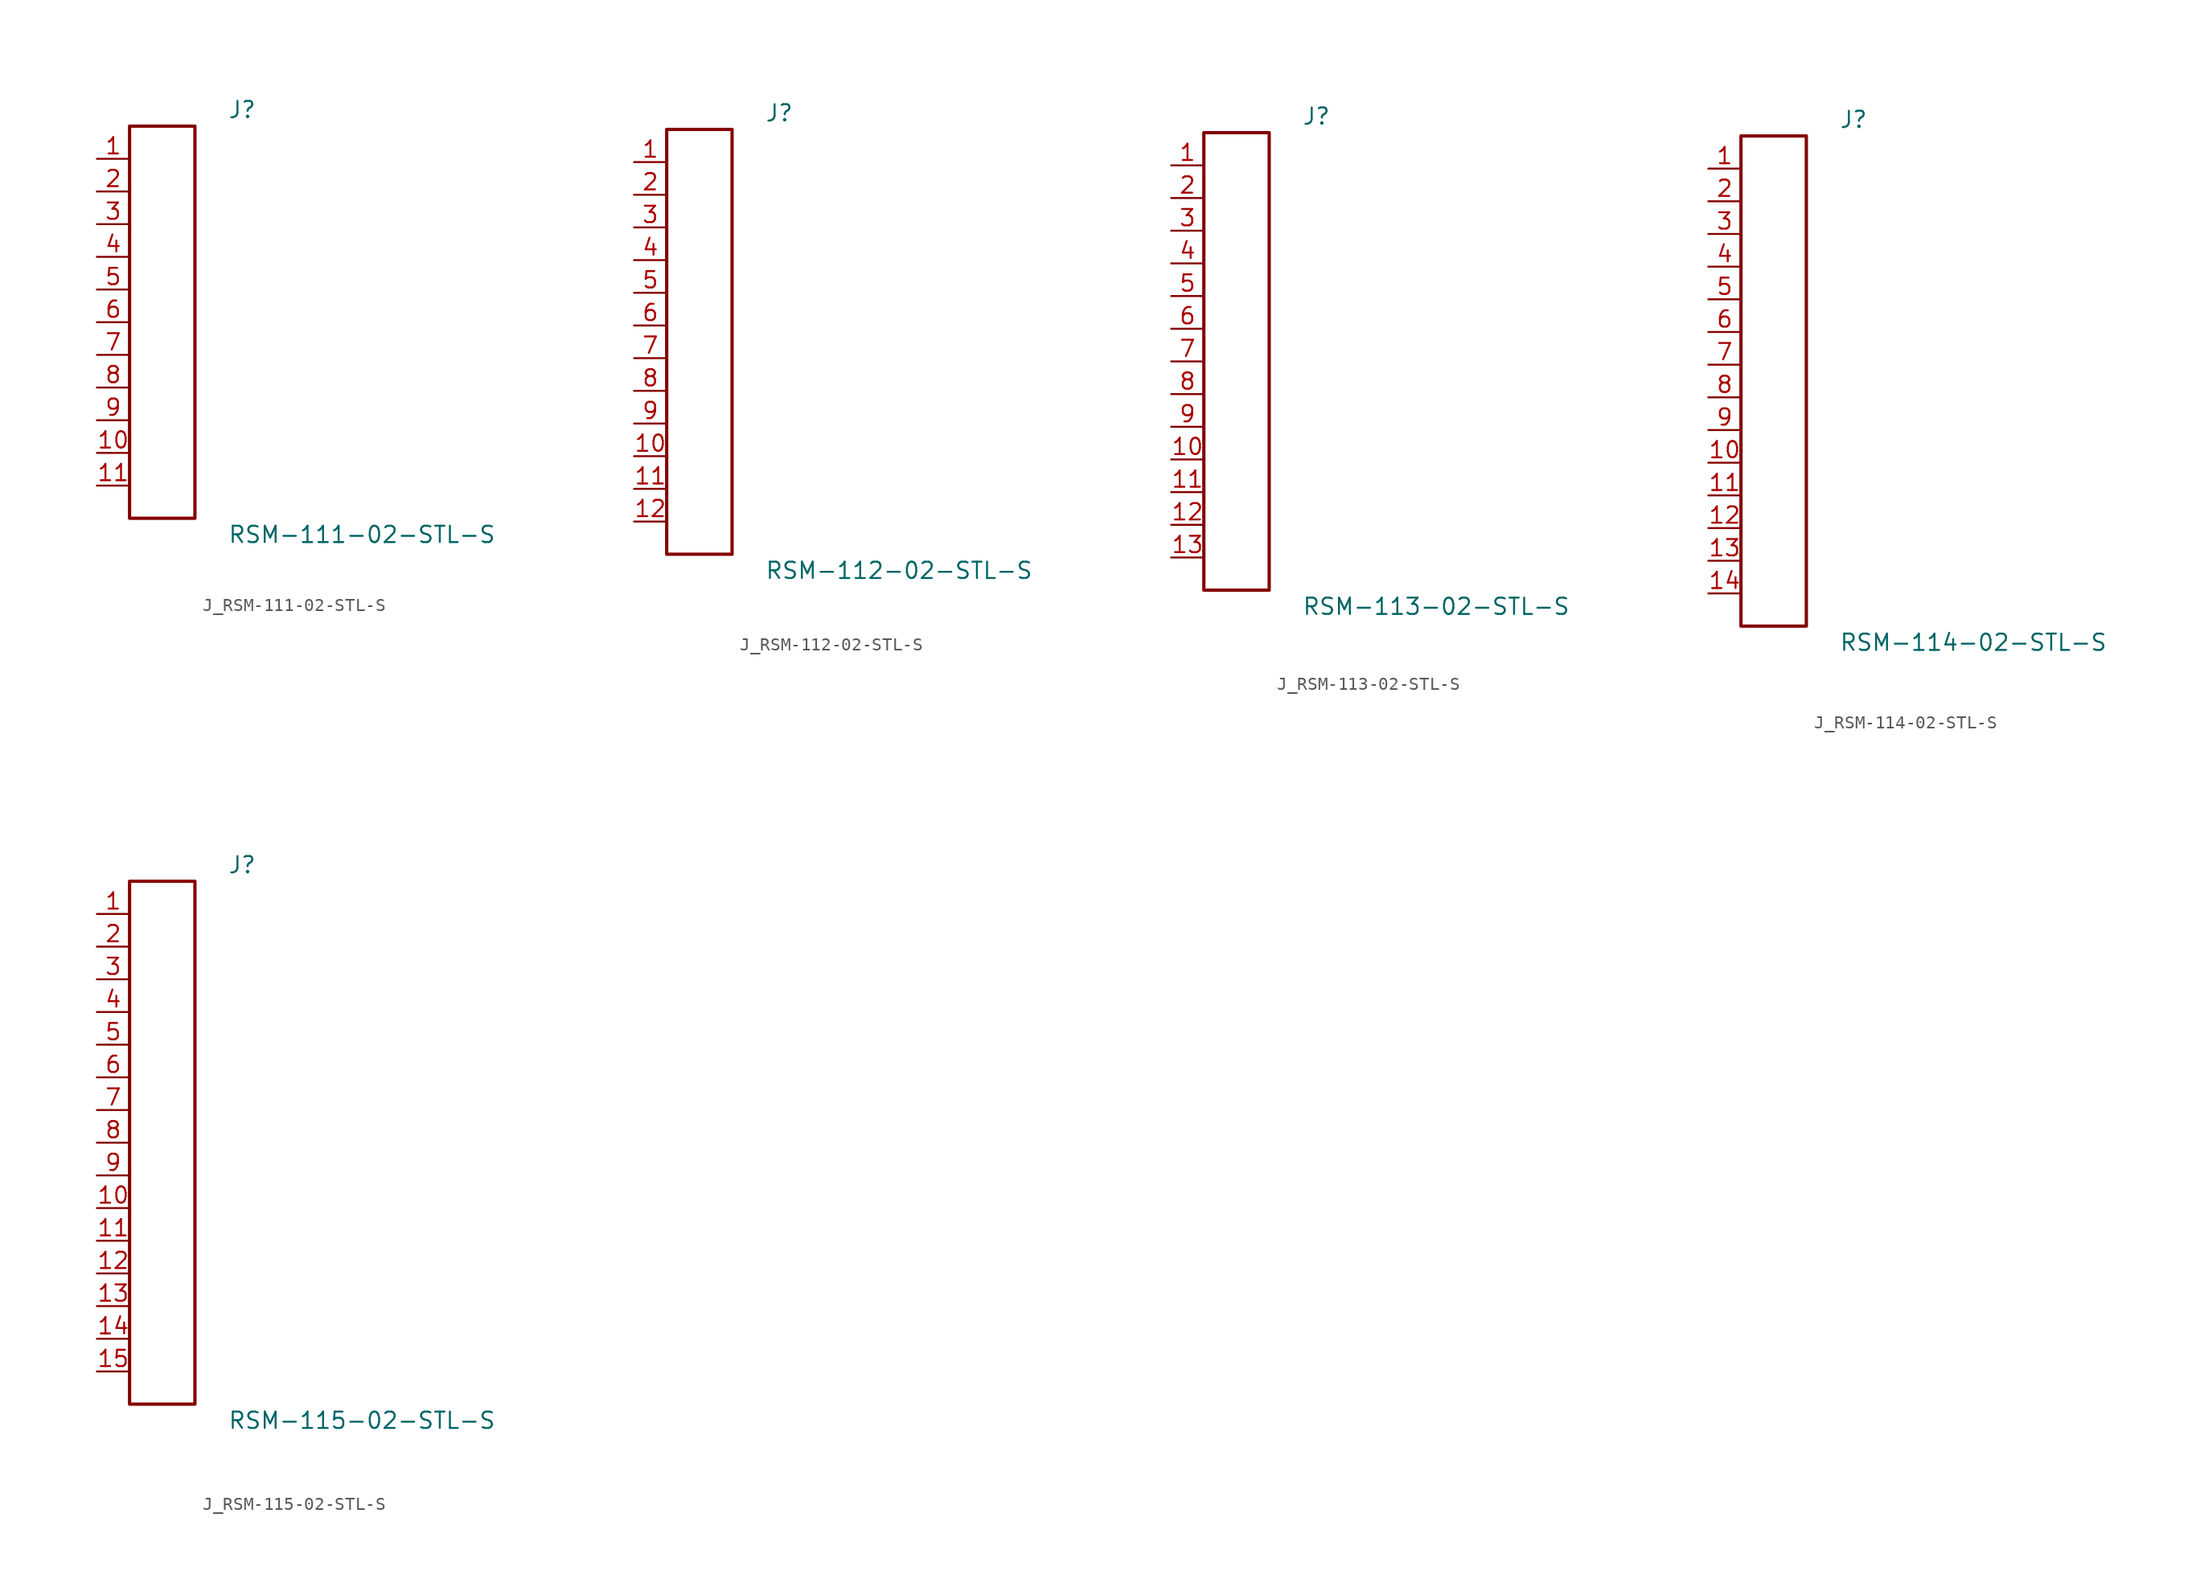
<source format=kicad_sym>
(kicad_symbol_lib
  (version 20231120)
  (generator kicad_symbol_editor)
  (generator_version 8.0)
  (symbol "J_RSM-111-02-STL-S"
    (pin_names
      (offset 0.254))
    (property "Reference" "J"
      (at 5.08 16.51 0)
      (effects (font (size 1.27 1.27)) (justify left)))
    (property "Value" "RSM-111-02-STL-S"
      (at 5.08 -16.51 0)
      (effects (font (size 1.27 1.27)) (justify left)))
    (symbol "J_RSM-111-02-STL-S_0_0"
      (pin passive line (at -5.08 12.7 0) (length 2.54) (name "" (effects (font (size 1.27 1.27)))) (number "1" (effects (font (size 1.27 1.27)))))
      (pin passive line (at -5.08 10.16 0) (length 2.54) (name "" (effects (font (size 1.27 1.27)))) (number "2" (effects (font (size 1.27 1.27)))))
      (pin passive line (at -5.08 7.62 0) (length 2.54) (name "" (effects (font (size 1.27 1.27)))) (number "3" (effects (font (size 1.27 1.27)))))
      (pin passive line (at -5.08 5.08 0) (length 2.54) (name "" (effects (font (size 1.27 1.27)))) (number "4" (effects (font (size 1.27 1.27)))))
      (pin passive line (at -5.08 2.54 0) (length 2.54) (name "" (effects (font (size 1.27 1.27)))) (number "5" (effects (font (size 1.27 1.27)))))
      (pin passive line (at -5.08 0.0 0) (length 2.54) (name "" (effects (font (size 1.27 1.27)))) (number "6" (effects (font (size 1.27 1.27)))))
      (pin passive line (at -5.08 -2.54 0) (length 2.54) (name "" (effects (font (size 1.27 1.27)))) (number "7" (effects (font (size 1.27 1.27)))))
      (pin passive line (at -5.08 -5.08 0) (length 2.54) (name "" (effects (font (size 1.27 1.27)))) (number "8" (effects (font (size 1.27 1.27)))))
      (pin passive line (at -5.08 -7.62 0) (length 2.54) (name "" (effects (font (size 1.27 1.27)))) (number "9" (effects (font (size 1.27 1.27)))))
      (pin passive line (at -5.08 -10.16 0) (length 2.54) (name "" (effects (font (size 1.27 1.27)))) (number "10" (effects (font (size 1.27 1.27)))))
      (pin passive line (at -5.08 -12.7 0) (length 2.54) (name "" (effects (font (size 1.27 1.27)))) (number "11" (effects (font (size 1.27 1.27))))))
    (symbol "J_RSM-111-02-STL-S_1_0"
      (rectangle (start -2.54 15.24) (end 2.54 -15.24) (stroke (width 0.254) (type solid)) (fill (type none)))))
  (symbol "J_RSM-112-02-STL-S"
    (pin_names
      (offset 0.254))
    (property "Reference" "J"
      (at 5.08 17.78 0)
      (effects (font (size 1.27 1.27)) (justify left)))
    (property "Value" "RSM-112-02-STL-S"
      (at 5.08 -17.78 0)
      (effects (font (size 1.27 1.27)) (justify left)))
    (symbol "J_RSM-112-02-STL-S_0_0"
      (pin passive line (at -5.08 13.97 0) (length 2.54) (name "" (effects (font (size 1.27 1.27)))) (number "1" (effects (font (size 1.27 1.27)))))
      (pin passive line (at -5.08 11.43 0) (length 2.54) (name "" (effects (font (size 1.27 1.27)))) (number "2" (effects (font (size 1.27 1.27)))))
      (pin passive line (at -5.08 8.89 0) (length 2.54) (name "" (effects (font (size 1.27 1.27)))) (number "3" (effects (font (size 1.27 1.27)))))
      (pin passive line (at -5.08 6.35 0) (length 2.54) (name "" (effects (font (size 1.27 1.27)))) (number "4" (effects (font (size 1.27 1.27)))))
      (pin passive line (at -5.08 3.81 0) (length 2.54) (name "" (effects (font (size 1.27 1.27)))) (number "5" (effects (font (size 1.27 1.27)))))
      (pin passive line (at -5.08 1.27 0) (length 2.54) (name "" (effects (font (size 1.27 1.27)))) (number "6" (effects (font (size 1.27 1.27)))))
      (pin passive line (at -5.08 -1.27 0) (length 2.54) (name "" (effects (font (size 1.27 1.27)))) (number "7" (effects (font (size 1.27 1.27)))))
      (pin passive line (at -5.08 -3.81 0) (length 2.54) (name "" (effects (font (size 1.27 1.27)))) (number "8" (effects (font (size 1.27 1.27)))))
      (pin passive line (at -5.08 -6.35 0) (length 2.54) (name "" (effects (font (size 1.27 1.27)))) (number "9" (effects (font (size 1.27 1.27)))))
      (pin passive line (at -5.08 -8.89 0) (length 2.54) (name "" (effects (font (size 1.27 1.27)))) (number "10" (effects (font (size 1.27 1.27)))))
      (pin passive line (at -5.08 -11.43 0) (length 2.54) (name "" (effects (font (size 1.27 1.27)))) (number "11" (effects (font (size 1.27 1.27)))))
      (pin passive line (at -5.08 -13.97 0) (length 2.54) (name "" (effects (font (size 1.27 1.27)))) (number "12" (effects (font (size 1.27 1.27))))))
    (symbol "J_RSM-112-02-STL-S_1_0"
      (rectangle (start -2.54 16.51) (end 2.54 -16.51) (stroke (width 0.254) (type solid)) (fill (type none)))))
  (symbol "J_RSM-113-02-STL-S"
    (pin_names
      (offset 0.254))
    (property "Reference" "J"
      (at 5.08 19.05 0)
      (effects (font (size 1.27 1.27)) (justify left)))
    (property "Value" "RSM-113-02-STL-S"
      (at 5.08 -19.05 0)
      (effects (font (size 1.27 1.27)) (justify left)))
    (symbol "J_RSM-113-02-STL-S_0_0"
      (pin passive line (at -5.08 15.24 0) (length 2.54) (name "" (effects (font (size 1.27 1.27)))) (number "1" (effects (font (size 1.27 1.27)))))
      (pin passive line (at -5.08 12.7 0) (length 2.54) (name "" (effects (font (size 1.27 1.27)))) (number "2" (effects (font (size 1.27 1.27)))))
      (pin passive line (at -5.08 10.16 0) (length 2.54) (name "" (effects (font (size 1.27 1.27)))) (number "3" (effects (font (size 1.27 1.27)))))
      (pin passive line (at -5.08 7.62 0) (length 2.54) (name "" (effects (font (size 1.27 1.27)))) (number "4" (effects (font (size 1.27 1.27)))))
      (pin passive line (at -5.08 5.08 0) (length 2.54) (name "" (effects (font (size 1.27 1.27)))) (number "5" (effects (font (size 1.27 1.27)))))
      (pin passive line (at -5.08 2.54 0) (length 2.54) (name "" (effects (font (size 1.27 1.27)))) (number "6" (effects (font (size 1.27 1.27)))))
      (pin passive line (at -5.08 0.0 0) (length 2.54) (name "" (effects (font (size 1.27 1.27)))) (number "7" (effects (font (size 1.27 1.27)))))
      (pin passive line (at -5.08 -2.54 0) (length 2.54) (name "" (effects (font (size 1.27 1.27)))) (number "8" (effects (font (size 1.27 1.27)))))
      (pin passive line (at -5.08 -5.08 0) (length 2.54) (name "" (effects (font (size 1.27 1.27)))) (number "9" (effects (font (size 1.27 1.27)))))
      (pin passive line (at -5.08 -7.62 0) (length 2.54) (name "" (effects (font (size 1.27 1.27)))) (number "10" (effects (font (size 1.27 1.27)))))
      (pin passive line (at -5.08 -10.16 0) (length 2.54) (name "" (effects (font (size 1.27 1.27)))) (number "11" (effects (font (size 1.27 1.27)))))
      (pin passive line (at -5.08 -12.7 0) (length 2.54) (name "" (effects (font (size 1.27 1.27)))) (number "12" (effects (font (size 1.27 1.27)))))
      (pin passive line (at -5.08 -15.24 0) (length 2.54) (name "" (effects (font (size 1.27 1.27)))) (number "13" (effects (font (size 1.27 1.27))))))
    (symbol "J_RSM-113-02-STL-S_1_0"
      (rectangle (start -2.54 17.78) (end 2.54 -17.78) (stroke (width 0.254) (type solid)) (fill (type none)))))
  (symbol "J_RSM-114-02-STL-S"
    (pin_names
      (offset 0.254))
    (property "Reference" "J"
      (at 5.08 20.32 0)
      (effects (font (size 1.27 1.27)) (justify left)))
    (property "Value" "RSM-114-02-STL-S"
      (at 5.08 -20.32 0)
      (effects (font (size 1.27 1.27)) (justify left)))
    (symbol "J_RSM-114-02-STL-S_0_0"
      (pin passive line (at -5.08 16.51 0) (length 2.54) (name "" (effects (font (size 1.27 1.27)))) (number "1" (effects (font (size 1.27 1.27)))))
      (pin passive line (at -5.08 13.97 0) (length 2.54) (name "" (effects (font (size 1.27 1.27)))) (number "2" (effects (font (size 1.27 1.27)))))
      (pin passive line (at -5.08 11.43 0) (length 2.54) (name "" (effects (font (size 1.27 1.27)))) (number "3" (effects (font (size 1.27 1.27)))))
      (pin passive line (at -5.08 8.89 0) (length 2.54) (name "" (effects (font (size 1.27 1.27)))) (number "4" (effects (font (size 1.27 1.27)))))
      (pin passive line (at -5.08 6.35 0) (length 2.54) (name "" (effects (font (size 1.27 1.27)))) (number "5" (effects (font (size 1.27 1.27)))))
      (pin passive line (at -5.08 3.81 0) (length 2.54) (name "" (effects (font (size 1.27 1.27)))) (number "6" (effects (font (size 1.27 1.27)))))
      (pin passive line (at -5.08 1.27 0) (length 2.54) (name "" (effects (font (size 1.27 1.27)))) (number "7" (effects (font (size 1.27 1.27)))))
      (pin passive line (at -5.08 -1.27 0) (length 2.54) (name "" (effects (font (size 1.27 1.27)))) (number "8" (effects (font (size 1.27 1.27)))))
      (pin passive line (at -5.08 -3.81 0) (length 2.54) (name "" (effects (font (size 1.27 1.27)))) (number "9" (effects (font (size 1.27 1.27)))))
      (pin passive line (at -5.08 -6.35 0) (length 2.54) (name "" (effects (font (size 1.27 1.27)))) (number "10" (effects (font (size 1.27 1.27)))))
      (pin passive line (at -5.08 -8.89 0) (length 2.54) (name "" (effects (font (size 1.27 1.27)))) (number "11" (effects (font (size 1.27 1.27)))))
      (pin passive line (at -5.08 -11.43 0) (length 2.54) (name "" (effects (font (size 1.27 1.27)))) (number "12" (effects (font (size 1.27 1.27)))))
      (pin passive line (at -5.08 -13.97 0) (length 2.54) (name "" (effects (font (size 1.27 1.27)))) (number "13" (effects (font (size 1.27 1.27)))))
      (pin passive line (at -5.08 -16.51 0) (length 2.54) (name "" (effects (font (size 1.27 1.27)))) (number "14" (effects (font (size 1.27 1.27))))))
    (symbol "J_RSM-114-02-STL-S_1_0"
      (rectangle (start -2.54 19.05) (end 2.54 -19.05) (stroke (width 0.254) (type solid)) (fill (type none)))))
  (symbol "J_RSM-115-02-STL-S"
    (pin_names
      (offset 0.254))
    (property "Reference" "J"
      (at 5.08 21.59 0)
      (effects (font (size 1.27 1.27)) (justify left)))
    (property "Value" "RSM-115-02-STL-S"
      (at 5.08 -21.59 0)
      (effects (font (size 1.27 1.27)) (justify left)))
    (symbol "J_RSM-115-02-STL-S_0_0"
      (pin passive line (at -5.08 17.78 0) (length 2.54) (name "" (effects (font (size 1.27 1.27)))) (number "1" (effects (font (size 1.27 1.27)))))
      (pin passive line (at -5.08 15.24 0) (length 2.54) (name "" (effects (font (size 1.27 1.27)))) (number "2" (effects (font (size 1.27 1.27)))))
      (pin passive line (at -5.08 12.7 0) (length 2.54) (name "" (effects (font (size 1.27 1.27)))) (number "3" (effects (font (size 1.27 1.27)))))
      (pin passive line (at -5.08 10.16 0) (length 2.54) (name "" (effects (font (size 1.27 1.27)))) (number "4" (effects (font (size 1.27 1.27)))))
      (pin passive line (at -5.08 7.62 0) (length 2.54) (name "" (effects (font (size 1.27 1.27)))) (number "5" (effects (font (size 1.27 1.27)))))
      (pin passive line (at -5.08 5.08 0) (length 2.54) (name "" (effects (font (size 1.27 1.27)))) (number "6" (effects (font (size 1.27 1.27)))))
      (pin passive line (at -5.08 2.54 0) (length 2.54) (name "" (effects (font (size 1.27 1.27)))) (number "7" (effects (font (size 1.27 1.27)))))
      (pin passive line (at -5.08 0.0 0) (length 2.54) (name "" (effects (font (size 1.27 1.27)))) (number "8" (effects (font (size 1.27 1.27)))))
      (pin passive line (at -5.08 -2.54 0) (length 2.54) (name "" (effects (font (size 1.27 1.27)))) (number "9" (effects (font (size 1.27 1.27)))))
      (pin passive line (at -5.08 -5.08 0) (length 2.54) (name "" (effects (font (size 1.27 1.27)))) (number "10" (effects (font (size 1.27 1.27)))))
      (pin passive line (at -5.08 -7.62 0) (length 2.54) (name "" (effects (font (size 1.27 1.27)))) (number "11" (effects (font (size 1.27 1.27)))))
      (pin passive line (at -5.08 -10.16 0) (length 2.54) (name "" (effects (font (size 1.27 1.27)))) (number "12" (effects (font (size 1.27 1.27)))))
      (pin passive line (at -5.08 -12.7 0) (length 2.54) (name "" (effects (font (size 1.27 1.27)))) (number "13" (effects (font (size 1.27 1.27)))))
      (pin passive line (at -5.08 -15.24 0) (length 2.54) (name "" (effects (font (size 1.27 1.27)))) (number "14" (effects (font (size 1.27 1.27)))))
      (pin passive line (at -5.08 -17.78 0) (length 2.54) (name "" (effects (font (size 1.27 1.27)))) (number "15" (effects (font (size 1.27 1.27))))))
    (symbol "J_RSM-115-02-STL-S_1_0"
      (rectangle (start -2.54 20.32) (end 2.54 -20.32) (stroke (width 0.254) (type solid)) (fill (type none))))))
</source>
